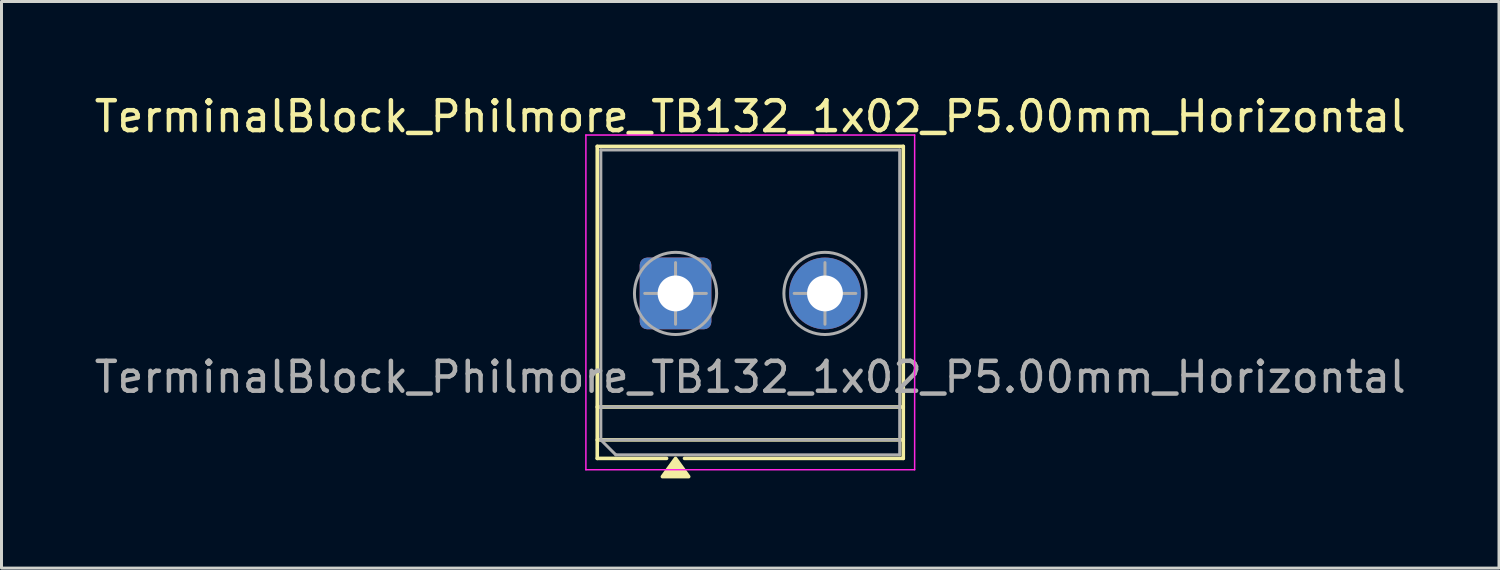
<source format=kicad_pcb>
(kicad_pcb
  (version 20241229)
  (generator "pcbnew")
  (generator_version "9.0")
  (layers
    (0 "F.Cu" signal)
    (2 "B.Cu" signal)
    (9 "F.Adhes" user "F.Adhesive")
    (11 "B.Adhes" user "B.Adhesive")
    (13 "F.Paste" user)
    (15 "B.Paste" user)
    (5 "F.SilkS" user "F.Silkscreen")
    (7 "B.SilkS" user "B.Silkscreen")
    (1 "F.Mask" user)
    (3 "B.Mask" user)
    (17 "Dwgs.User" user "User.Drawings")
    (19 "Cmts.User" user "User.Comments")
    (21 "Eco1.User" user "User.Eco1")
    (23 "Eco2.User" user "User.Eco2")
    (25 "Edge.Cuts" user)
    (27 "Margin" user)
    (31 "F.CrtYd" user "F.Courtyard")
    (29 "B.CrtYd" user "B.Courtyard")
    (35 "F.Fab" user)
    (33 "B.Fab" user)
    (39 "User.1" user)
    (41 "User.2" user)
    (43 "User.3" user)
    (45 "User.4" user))
  (footprint "TerminalBlock_Philmore_TB132_1x02_P5.00mm_Horizontal"
    (layer "F.Cu")
    (at 19.554 6.768)
    (property "Reference" "TerminalBlock_Philmore_TB132_1x02_P5.00mm_Horizontal" (at 2.5 -5.92 0) (layer "F.SilkS") (effects (font (size 1 1) (thickness 0.15))))
    (attr through_hole)
    (fp_line (start -2.62 -4.92) (end -2.62 5.52) (stroke (width 0.12) (type solid)) (layer "F.SilkS"))
    (fp_line (start -2.62 -4.92) (end 7.62 -4.92) (stroke (width 0.12) (type solid)) (layer "F.SilkS"))
    (fp_line (start -2.62 3.8) (end 7.62 3.8) (stroke (width 0.12) (type solid)) (layer "F.SilkS"))
    (fp_line (start -2.62 4.9) (end 7.62 4.9) (stroke (width 0.12) (type solid)) (layer "F.SilkS"))
    (fp_line (start -2.62 5.52) (end -0.3 5.52) (stroke (width 0.12) (type solid)) (layer "F.SilkS"))
    (fp_line (start 0.3 5.52) (end 7.62 5.52) (stroke (width 0.12) (type solid)) (layer "F.SilkS"))
    (fp_line (start 7.62 -4.92) (end 7.62 5.52) (stroke (width 0.12) (type solid)) (layer "F.SilkS"))
    (fp_poly (pts (xy 0 5.52) (xy 0.44 6.13) (xy -0.44 6.13)) (stroke (width 0.12) (type solid)) (fill yes) (layer "F.SilkS"))
    (fp_line (start -3 -5.3) (end -3 5.9) (stroke (width 0.05) (type solid)) (layer "F.CrtYd"))
    (fp_line (start -3 5.9) (end 8 5.9) (stroke (width 0.05) (type solid)) (layer "F.CrtYd"))
    (fp_line (start 8 -5.3) (end -3 -5.3) (stroke (width 0.05) (type solid)) (layer "F.CrtYd"))
    (fp_line (start 8 5.9) (end 8 -5.3) (stroke (width 0.05) (type solid)) (layer "F.CrtYd"))
    (fp_line (start -2.5 -4.8) (end 7.5 -4.8) (stroke (width 0.1) (type solid)) (layer "F.Fab"))
    (fp_line (start -2.5 3.8) (end 7.5 3.8) (stroke (width 0.1) (type solid)) (layer "F.Fab"))
    (fp_line (start -2.5 4.9) (end -2.5 -4.8) (stroke (width 0.1) (type solid)) (layer "F.Fab"))
    (fp_line (start -2.5 4.9) (end 7.5 4.9) (stroke (width 0.1) (type solid)) (layer "F.Fab"))
    (fp_line (start -2 5.4) (end -2.5 4.9) (stroke (width 0.1) (type solid)) (layer "F.Fab"))
    (fp_line (start -1.031 0) (end 1.031 0) (stroke (width 0.1) (type solid)) (layer "F.Fab"))
    (fp_line (start 0 -1.031) (end 0 1.031) (stroke (width 0.1) (type solid)) (layer "F.Fab"))
    (fp_line (start 3.969 0) (end 6.031 0) (stroke (width 0.1) (type solid)) (layer "F.Fab"))
    (fp_line (start 5 -1.031) (end 5 1.031) (stroke (width 0.1) (type solid)) (layer "F.Fab"))
    (fp_line (start 7.5 -4.8) (end 7.5 5.4) (stroke (width 0.1) (type solid)) (layer "F.Fab"))
    (fp_line (start 7.5 5.4) (end -2 5.4) (stroke (width 0.1) (type solid)) (layer "F.Fab"))
    (fp_circle (center 0 0) (end 1.375 0) (stroke (width 0.1) (type solid)) (fill no) (layer "F.Fab"))
    (fp_circle (center 5 0) (end 6.375 0) (stroke (width 0.1) (type solid)) (fill no) (layer "F.Fab"))
    (fp_text user "${REFERENCE}" (at 2.5 2.8 0) (layer "F.Fab") (effects (font (size 1 1) (thickness 0.15))))
    (pad "1" thru_hole roundrect (at 0 0) (size 2.4 2.4) (drill 1.2) (layers "*.Cu" "*.Mask") (roundrect_rratio 0.104))
    (pad "2" thru_hole circle (at 5 0) (size 2.4 2.4) (drill 1.2) (layers "*.Cu" "*.Mask")))
  (gr_rect
    (start -3 -3)
    (end 47.107 15.958)
    (stroke (width 0.1) (type default))
    (fill no)
    (layer "Edge.Cuts")))
</source>
